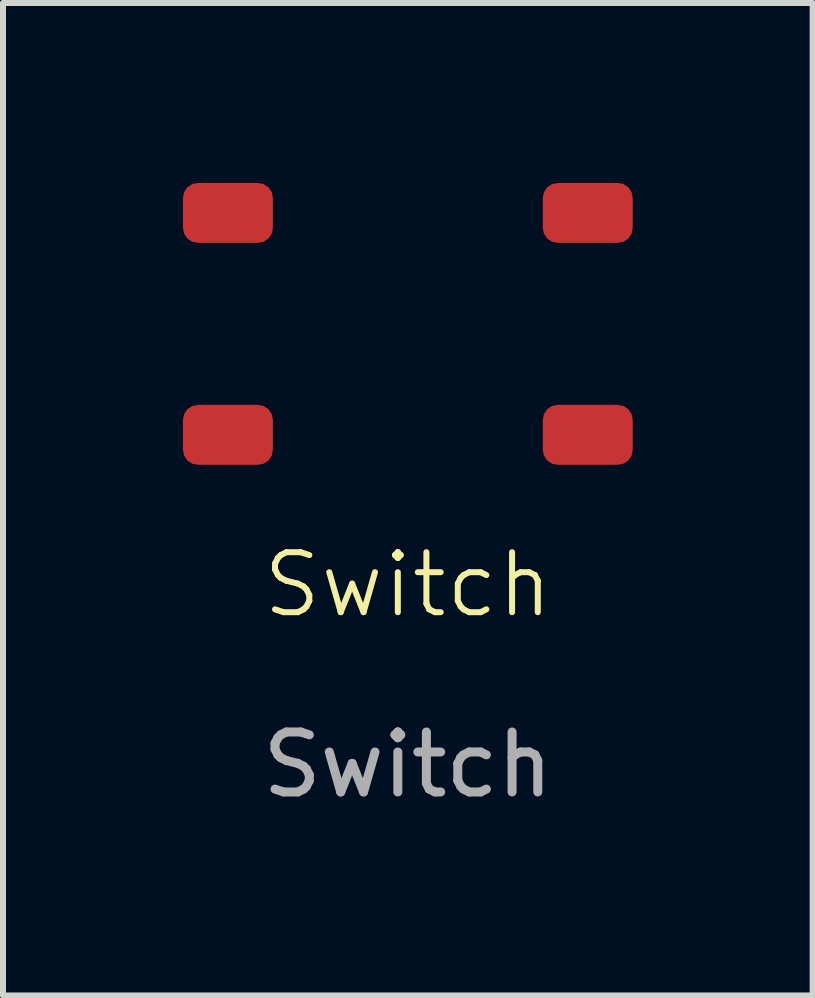
<source format=kicad_pcb>
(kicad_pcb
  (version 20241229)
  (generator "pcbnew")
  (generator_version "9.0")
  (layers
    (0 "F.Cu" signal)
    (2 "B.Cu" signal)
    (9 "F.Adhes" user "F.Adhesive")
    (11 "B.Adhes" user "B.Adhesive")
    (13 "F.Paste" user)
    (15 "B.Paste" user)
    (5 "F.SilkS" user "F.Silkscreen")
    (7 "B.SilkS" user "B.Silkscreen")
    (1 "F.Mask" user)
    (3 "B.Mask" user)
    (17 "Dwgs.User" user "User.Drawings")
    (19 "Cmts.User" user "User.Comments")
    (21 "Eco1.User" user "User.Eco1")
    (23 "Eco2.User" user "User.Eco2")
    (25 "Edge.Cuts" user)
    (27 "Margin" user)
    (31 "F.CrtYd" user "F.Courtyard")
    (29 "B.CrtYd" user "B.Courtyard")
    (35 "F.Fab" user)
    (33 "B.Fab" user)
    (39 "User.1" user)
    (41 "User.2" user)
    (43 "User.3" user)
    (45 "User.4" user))
  (footprint "Switch"
    (layer "F.Cu")
    (at 3.75 7.2)
    (property "Reference" "Switch" (at 0 -0.5 0) (unlocked yes) (layer "F.SilkS") (effects (font (size 1 1) (thickness 0.1))))
    (attr smd)
    (fp_text user "${REFERENCE}" (at 0 2.5 0) (unlocked yes) (layer "F.Fab") (effects (font (size 1 1) (thickness 0.15))))
    (pad "1" smd roundrect (at -3 -6.7) (size 1.5 1) (layers "F.Cu" "F.Mask" "F.Paste") (roundrect_rratio 0.25))
    (pad "1" smd roundrect (at 3 -6.7) (size 1.5 1) (layers "F.Cu" "F.Mask" "F.Paste") (roundrect_rratio 0.25))
    (pad "2" smd roundrect (at -3 -3) (size 1.5 1) (layers "F.Cu" "F.Mask" "F.Paste") (roundrect_rratio 0.25))
    (pad "2" smd roundrect (at 3 -3) (size 1.5 1) (layers "F.Cu" "F.Mask" "F.Paste") (roundrect_rratio 0.25)))
  (gr_rect
    (start -3 -3)
    (end 10.5 13.548)
    (stroke (width 0.1) (type default))
    (fill no)
    (layer "Edge.Cuts")))
</source>
